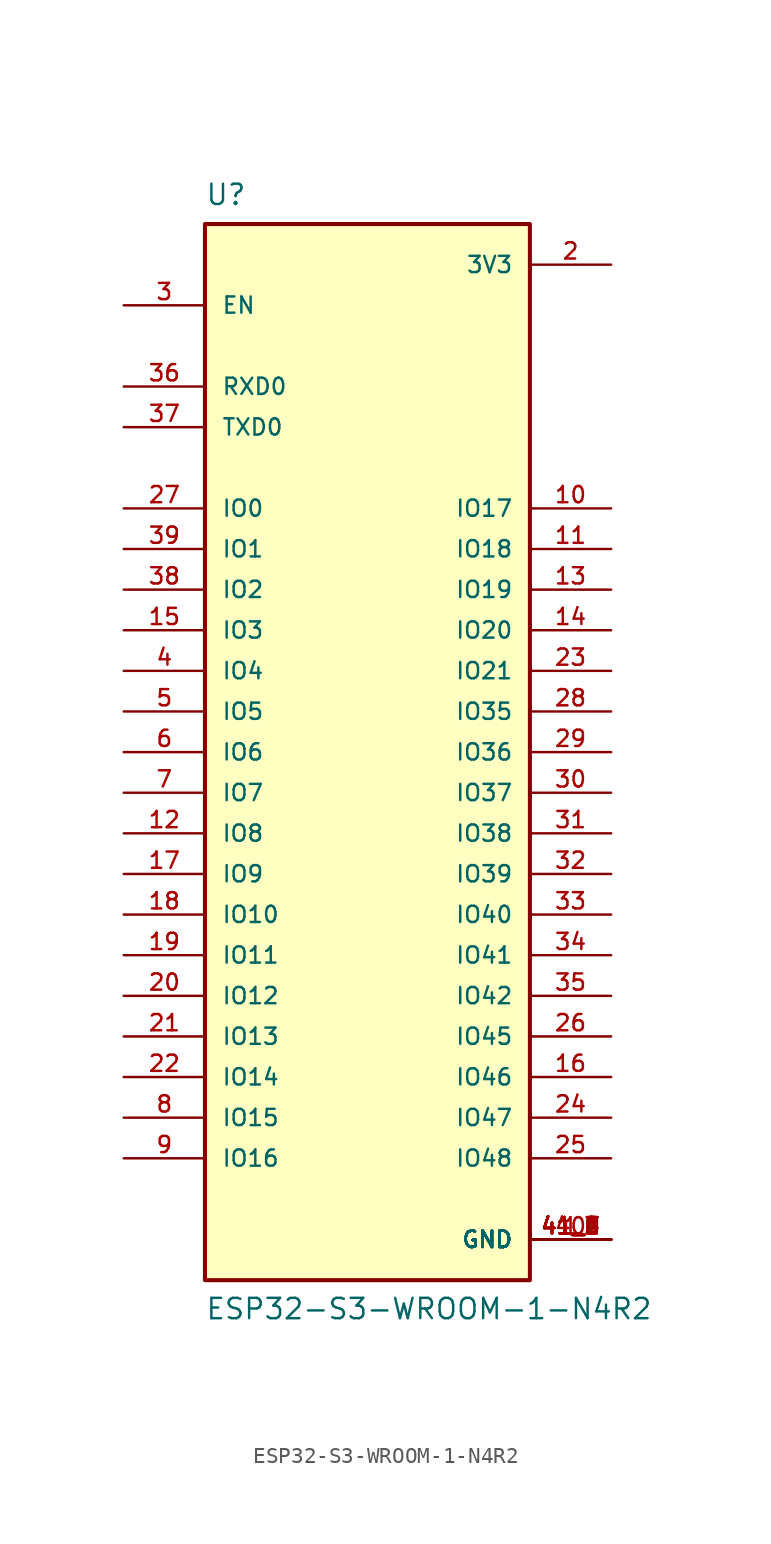
<source format=kicad_sym>
(kicad_symbol_lib
  (version 20231120)
  (generator "kicad_symbol_editor")
  (generator_version "8.0")
  (symbol "ESP32-S3-WROOM-1-N4R2"
    (pin_names
      (offset 1.016))
    (property "Reference" "U"
      (at -10.16 34.112 0)
      (effects (font (size 1.27 1.27)) (justify left bottom)))
    (property "Value" "ESP32-S3-WROOM-1-N4R2"
      (at -10.16 -35.56 0)
      (effects (font (size 1.27 1.27)) (justify left bottom)))
    (symbol "ESP32-S3-WROOM-1-N4R2_0_0"
      (rectangle (start -10.16 -33.02) (end 10.16 33.02) (stroke (width 0.254) (type default)) (fill (type background)))
      (pin power_in line (at 15.24 -30.48 180) (length 5.08) (name "GND" (effects (font (size 1.016 1.016)))) (number "1" (effects (font (size 1.016 1.016)))))
      (pin bidirectional line (at 15.24 15.24 180) (length 5.08) (name "IO17" (effects (font (size 1.016 1.016)))) (number "10" (effects (font (size 1.016 1.016)))))
      (pin bidirectional line (at 15.24 12.7 180) (length 5.08) (name "IO18" (effects (font (size 1.016 1.016)))) (number "11" (effects (font (size 1.016 1.016)))))
      (pin bidirectional line (at -15.24 -5.08 0) (length 5.08) (name "IO8" (effects (font (size 1.016 1.016)))) (number "12" (effects (font (size 1.016 1.016)))))
      (pin bidirectional line (at 15.24 10.16 180) (length 5.08) (name "IO19" (effects (font (size 1.016 1.016)))) (number "13" (effects (font (size 1.016 1.016)))))
      (pin bidirectional line (at 15.24 7.62 180) (length 5.08) (name "IO20" (effects (font (size 1.016 1.016)))) (number "14" (effects (font (size 1.016 1.016)))))
      (pin bidirectional line (at -15.24 7.62 0) (length 5.08) (name "IO3" (effects (font (size 1.016 1.016)))) (number "15" (effects (font (size 1.016 1.016)))))
      (pin bidirectional line (at 15.24 -20.32 180) (length 5.08) (name "IO46" (effects (font (size 1.016 1.016)))) (number "16" (effects (font (size 1.016 1.016)))))
      (pin bidirectional line (at -15.24 -7.62 0) (length 5.08) (name "IO9" (effects (font (size 1.016 1.016)))) (number "17" (effects (font (size 1.016 1.016)))))
      (pin bidirectional line (at -15.24 -10.16 0) (length 5.08) (name "IO10" (effects (font (size 1.016 1.016)))) (number "18" (effects (font (size 1.016 1.016)))))
      (pin bidirectional line (at -15.24 -12.7 0) (length 5.08) (name "IO11" (effects (font (size 1.016 1.016)))) (number "19" (effects (font (size 1.016 1.016)))))
      (pin power_in line (at 15.24 30.48 180) (length 5.08) (name "3V3" (effects (font (size 1.016 1.016)))) (number "2" (effects (font (size 1.016 1.016)))))
      (pin bidirectional line (at -15.24 -15.24 0) (length 5.08) (name "IO12" (effects (font (size 1.016 1.016)))) (number "20" (effects (font (size 1.016 1.016)))))
      (pin bidirectional line (at -15.24 -17.78 0) (length 5.08) (name "IO13" (effects (font (size 1.016 1.016)))) (number "21" (effects (font (size 1.016 1.016)))))
      (pin bidirectional line (at -15.24 -20.32 0) (length 5.08) (name "IO14" (effects (font (size 1.016 1.016)))) (number "22" (effects (font (size 1.016 1.016)))))
      (pin bidirectional line (at 15.24 5.08 180) (length 5.08) (name "IO21" (effects (font (size 1.016 1.016)))) (number "23" (effects (font (size 1.016 1.016)))))
      (pin bidirectional line (at 15.24 -22.86 180) (length 5.08) (name "IO47" (effects (font (size 1.016 1.016)))) (number "24" (effects (font (size 1.016 1.016)))))
      (pin bidirectional line (at 15.24 -25.4 180) (length 5.08) (name "IO48" (effects (font (size 1.016 1.016)))) (number "25" (effects (font (size 1.016 1.016)))))
      (pin bidirectional line (at 15.24 -17.78 180) (length 5.08) (name "IO45" (effects (font (size 1.016 1.016)))) (number "26" (effects (font (size 1.016 1.016)))))
      (pin bidirectional line (at -15.24 15.24 0) (length 5.08) (name "IO0" (effects (font (size 1.016 1.016)))) (number "27" (effects (font (size 1.016 1.016)))))
      (pin bidirectional line (at 15.24 2.54 180) (length 5.08) (name "IO35" (effects (font (size 1.016 1.016)))) (number "28" (effects (font (size 1.016 1.016)))))
      (pin bidirectional line (at 15.24 0 180) (length 5.08) (name "IO36" (effects (font (size 1.016 1.016)))) (number "29" (effects (font (size 1.016 1.016)))))
      (pin input line (at -15.24 27.94 0) (length 5.08) (name "EN" (effects (font (size 1.016 1.016)))) (number "3" (effects (font (size 1.016 1.016)))))
      (pin bidirectional line (at 15.24 -2.54 180) (length 5.08) (name "IO37" (effects (font (size 1.016 1.016)))) (number "30" (effects (font (size 1.016 1.016)))))
      (pin bidirectional line (at 15.24 -5.08 180) (length 5.08) (name "IO38" (effects (font (size 1.016 1.016)))) (number "31" (effects (font (size 1.016 1.016)))))
      (pin bidirectional line (at 15.24 -7.62 180) (length 5.08) (name "IO39" (effects (font (size 1.016 1.016)))) (number "32" (effects (font (size 1.016 1.016)))))
      (pin bidirectional line (at 15.24 -10.16 180) (length 5.08) (name "IO40" (effects (font (size 1.016 1.016)))) (number "33" (effects (font (size 1.016 1.016)))))
      (pin bidirectional line (at 15.24 -12.7 180) (length 5.08) (name "IO41" (effects (font (size 1.016 1.016)))) (number "34" (effects (font (size 1.016 1.016)))))
      (pin bidirectional line (at 15.24 -15.24 180) (length 5.08) (name "IO42" (effects (font (size 1.016 1.016)))) (number "35" (effects (font (size 1.016 1.016)))))
      (pin bidirectional line (at -15.24 22.86 0) (length 5.08) (name "RXD0" (effects (font (size 1.016 1.016)))) (number "36" (effects (font (size 1.016 1.016)))))
      (pin bidirectional line (at -15.24 20.32 0) (length 5.08) (name "TXD0" (effects (font (size 1.016 1.016)))) (number "37" (effects (font (size 1.016 1.016)))))
      (pin bidirectional line (at -15.24 10.16 0) (length 5.08) (name "IO2" (effects (font (size 1.016 1.016)))) (number "38" (effects (font (size 1.016 1.016)))))
      (pin bidirectional line (at -15.24 12.7 0) (length 5.08) (name "IO1" (effects (font (size 1.016 1.016)))) (number "39" (effects (font (size 1.016 1.016)))))
      (pin bidirectional line (at -15.24 5.08 0) (length 5.08) (name "IO4" (effects (font (size 1.016 1.016)))) (number "4" (effects (font (size 1.016 1.016)))))
      (pin power_in line (at 15.24 -30.48 180) (length 5.08) (name "GND" (effects (font (size 1.016 1.016)))) (number "40" (effects (font (size 1.016 1.016)))))
      (pin power_in line (at 15.24 -30.48 180) (length 5.08) (name "GND" (effects (font (size 1.016 1.016)))) (number "41_1" (effects (font (size 1.016 1.016)))))
      (pin power_in line (at 15.24 -30.48 180) (length 5.08) (name "GND" (effects (font (size 1.016 1.016)))) (number "41_2" (effects (font (size 1.016 1.016)))))
      (pin power_in line (at 15.24 -30.48 180) (length 5.08) (name "GND" (effects (font (size 1.016 1.016)))) (number "41_3" (effects (font (size 1.016 1.016)))))
      (pin power_in line (at 15.24 -30.48 180) (length 5.08) (name "GND" (effects (font (size 1.016 1.016)))) (number "41_4" (effects (font (size 1.016 1.016)))))
      (pin power_in line (at 15.24 -30.48 180) (length 5.08) (name "GND" (effects (font (size 1.016 1.016)))) (number "41_5" (effects (font (size 1.016 1.016)))))
      (pin power_in line (at 15.24 -30.48 180) (length 5.08) (name "GND" (effects (font (size 1.016 1.016)))) (number "41_6" (effects (font (size 1.016 1.016)))))
      (pin power_in line (at 15.24 -30.48 180) (length 5.08) (name "GND" (effects (font (size 1.016 1.016)))) (number "41_7" (effects (font (size 1.016 1.016)))))
      (pin power_in line (at 15.24 -30.48 180) (length 5.08) (name "GND" (effects (font (size 1.016 1.016)))) (number "41_8" (effects (font (size 1.016 1.016)))))
      (pin power_in line (at 15.24 -30.48 180) (length 5.08) (name "GND" (effects (font (size 1.016 1.016)))) (number "41_9" (effects (font (size 1.016 1.016)))))
      (pin bidirectional line (at -15.24 2.54 0) (length 5.08) (name "IO5" (effects (font (size 1.016 1.016)))) (number "5" (effects (font (size 1.016 1.016)))))
      (pin bidirectional line (at -15.24 0 0) (length 5.08) (name "IO6" (effects (font (size 1.016 1.016)))) (number "6" (effects (font (size 1.016 1.016)))))
      (pin bidirectional line (at -15.24 -2.54 0) (length 5.08) (name "IO7" (effects (font (size 1.016 1.016)))) (number "7" (effects (font (size 1.016 1.016)))))
      (pin bidirectional line (at -15.24 -22.86 0) (length 5.08) (name "IO15" (effects (font (size 1.016 1.016)))) (number "8" (effects (font (size 1.016 1.016)))))
      (pin bidirectional line (at -15.24 -25.4 0) (length 5.08) (name "IO16" (effects (font (size 1.016 1.016)))) (number "9" (effects (font (size 1.016 1.016))))))))
</source>
